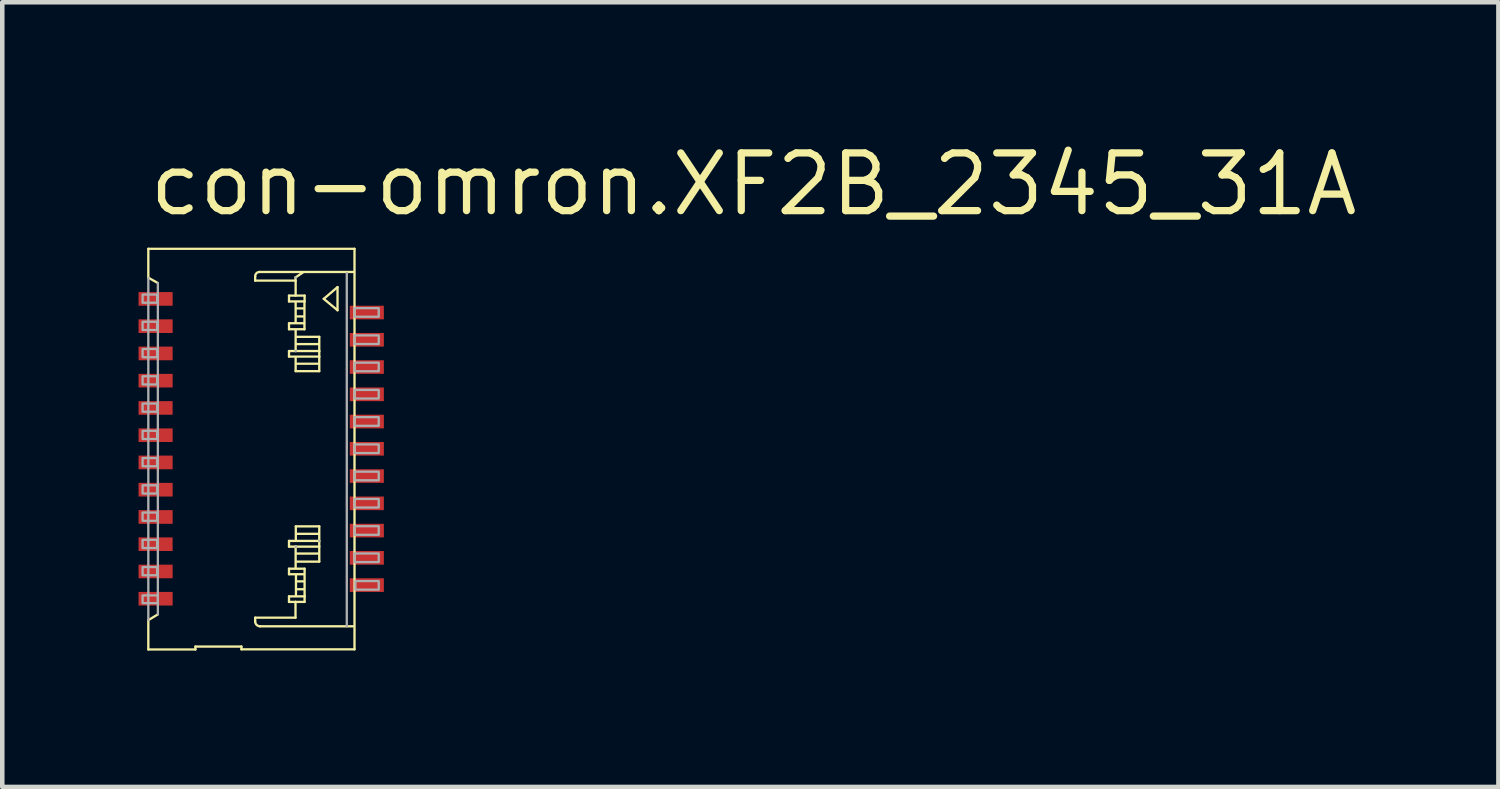
<source format=kicad_pcb>
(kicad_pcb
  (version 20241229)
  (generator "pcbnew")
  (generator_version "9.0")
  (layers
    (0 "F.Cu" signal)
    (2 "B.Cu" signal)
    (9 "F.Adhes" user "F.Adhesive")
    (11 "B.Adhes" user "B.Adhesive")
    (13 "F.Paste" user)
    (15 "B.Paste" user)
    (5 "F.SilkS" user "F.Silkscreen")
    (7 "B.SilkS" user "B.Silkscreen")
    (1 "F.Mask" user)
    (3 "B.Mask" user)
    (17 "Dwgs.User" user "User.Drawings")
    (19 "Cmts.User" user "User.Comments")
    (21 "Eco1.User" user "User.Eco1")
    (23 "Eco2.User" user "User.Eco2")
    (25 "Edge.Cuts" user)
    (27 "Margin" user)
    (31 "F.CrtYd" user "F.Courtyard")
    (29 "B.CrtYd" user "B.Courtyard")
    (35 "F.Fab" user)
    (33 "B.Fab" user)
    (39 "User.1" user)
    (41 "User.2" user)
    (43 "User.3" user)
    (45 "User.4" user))
  (footprint "con-omron.XF2B_2345_31A"
    (layer "F.Cu")
    (at 2.7 6.83)
    (property "Reference" "con-omron.XF2B_2345_31A" (at -2.54 -5.08 0) (layer "F.SilkS") (effects (font (size 1.27 1.27) (thickness 0.16)) (justify left bottom)))
    (attr smd)
    (fp_line (start -2.485 -4.403) (end -2.485 -3.767) (stroke (width 0.051) (type default)) (layer "F.SilkS"))
    (fp_line (start -2.485 -3.767) (end -2.275 -3.65) (stroke (width 0.051) (type default)) (layer "F.SilkS"))
    (fp_line (start -2.485 3.771) (end -2.485 4.417) (stroke (width 0.051) (type default)) (layer "F.SilkS"))
    (fp_line (start -2.485 4.417) (end -1.448 4.417) (stroke (width 0.051) (type default)) (layer "F.SilkS"))
    (fp_line (start -2.275 3.645) (end -2.485 3.771) (stroke (width 0.051) (type default)) (layer "F.SilkS"))
    (fp_line (start -1.448 4.353) (end -0.435 4.353) (stroke (width 0.051) (type default)) (layer "F.SilkS"))
    (fp_line (start -1.448 4.417) (end -1.448 4.353) (stroke (width 0.051) (type default)) (layer "F.SilkS"))
    (fp_line (start -0.435 4.353) (end -0.435 4.414) (stroke (width 0.051) (type default)) (layer "F.SilkS"))
    (fp_line (start -0.435 4.414) (end 2.054 4.414) (stroke (width 0.051) (type default)) (layer "F.SilkS"))
    (fp_line (start -0.133 -3.798) (end -0.133 -3.703) (stroke (width 0.051) (type default)) (layer "F.SilkS"))
    (fp_line (start -0.133 -3.703) (end 0.755 -3.703) (stroke (width 0.051) (type default)) (layer "F.SilkS"))
    (fp_line (start -0.133 3.717) (end 0.755 3.717) (stroke (width 0.051) (type default)) (layer "F.SilkS"))
    (fp_line (start -0.133 3.798) (end -0.133 3.717) (stroke (width 0.051) (type default)) (layer "F.SilkS"))
    (fp_line (start 0.612 -3.373) (end 0.738 -3.373) (stroke (width 0.051) (type default)) (layer "F.SilkS"))
    (fp_line (start 0.612 -3.244) (end 0.612 -3.373) (stroke (width 0.051) (type default)) (layer "F.SilkS"))
    (fp_line (start 0.612 -2.764) (end 0.945 -2.764) (stroke (width 0.051) (type default)) (layer "F.SilkS"))
    (fp_line (start 0.612 -2.632) (end 0.612 -2.764) (stroke (width 0.051) (type default)) (layer "F.SilkS"))
    (fp_line (start 0.612 -2.152) (end 0.612 -2.03) (stroke (width 0.051) (type default)) (layer "F.SilkS"))
    (fp_line (start 0.612 -2.152) (end 1.278 -2.152) (stroke (width 0.051) (type default)) (layer "F.SilkS"))
    (fp_line (start 0.612 -2.03) (end 1.278 -2.03) (stroke (width 0.051) (type default)) (layer "F.SilkS"))
    (fp_line (start 0.612 2.027) (end 1.278 2.027) (stroke (width 0.051) (type default)) (layer "F.SilkS"))
    (fp_line (start 0.612 2.153) (end 0.612 2.027) (stroke (width 0.051) (type default)) (layer "F.SilkS"))
    (fp_line (start 0.612 2.639) (end 0.612 2.761) (stroke (width 0.051) (type default)) (layer "F.SilkS"))
    (fp_line (start 0.612 2.761) (end 0.938 2.761) (stroke (width 0.051) (type default)) (layer "F.SilkS"))
    (fp_line (start 0.612 3.248) (end 0.955 3.248) (stroke (width 0.051) (type default)) (layer "F.SilkS"))
    (fp_line (start 0.612 3.37) (end 0.612 3.248) (stroke (width 0.051) (type default)) (layer "F.SilkS"))
    (fp_line (start 0.755 -3.703) (end 0.755 -3.774) (stroke (width 0.051) (type default)) (layer "F.SilkS"))
    (fp_line (start 0.755 3.37) (end 0.612 3.37) (stroke (width 0.051) (type default)) (layer "F.SilkS"))
    (fp_line (start 0.755 3.717) (end 0.755 3.37) (stroke (width 0.051) (type default)) (layer "F.SilkS"))
    (fp_line (start 0.758 -3.774) (end 0.918 -3.883) (stroke (width 0.051) (type default)) (layer "F.SilkS"))
    (fp_line (start 0.758 -3.696) (end 0.758 -3.373) (stroke (width 0.051) (type default)) (layer "F.SilkS"))
    (fp_line (start 0.758 -3.373) (end 0.955 -3.373) (stroke (width 0.051) (type default)) (layer "F.SilkS"))
    (fp_line (start 0.758 -3.216) (end 0.758 -2.774) (stroke (width 0.051) (type default)) (layer "F.SilkS"))
    (fp_line (start 0.758 -2.608) (end 0.758 -2.152) (stroke (width 0.051) (type default)) (layer "F.SilkS"))
    (fp_line (start 0.758 -1.71) (end 0.758 -2.006) (stroke (width 0.051) (type default)) (layer "F.SilkS"))
    (fp_line (start 0.758 2.153) (end 1.278 2.153) (stroke (width 0.051) (type default)) (layer "F.SilkS"))
    (fp_line (start 0.758 2.612) (end 0.758 2.153) (stroke (width 0.051) (type default)) (layer "F.SilkS"))
    (fp_line (start 0.762 1.707) (end 0.762 2.003) (stroke (width 0.051) (type default)) (layer "F.SilkS"))
    (fp_line (start 0.762 2.153) (end 0.612 2.153) (stroke (width 0.051) (type default)) (layer "F.SilkS"))
    (fp_line (start 0.765 2.789) (end 0.765 3.237) (stroke (width 0.051) (type default)) (layer "F.SilkS"))
    (fp_line (start 0.785 -3.091) (end 0.925 -3.091) (stroke (width 0.051) (type default)) (layer "F.SilkS"))
    (fp_line (start 0.785 -2.914) (end 0.928 -2.914) (stroke (width 0.051) (type default)) (layer "F.SilkS"))
    (fp_line (start 0.785 -2.305) (end 1.255 -2.305) (stroke (width 0.051) (type default)) (layer "F.SilkS"))
    (fp_line (start 0.785 -1.873) (end 1.251 -1.873) (stroke (width 0.051) (type default)) (layer "F.SilkS"))
    (fp_line (start 0.785 2.306) (end 1.251 2.306) (stroke (width 0.051) (type default)) (layer "F.SilkS"))
    (fp_line (start 0.789 1.871) (end 1.255 1.871) (stroke (width 0.051) (type default)) (layer "F.SilkS"))
    (fp_line (start 0.789 3.091) (end 0.932 3.091) (stroke (width 0.051) (type default)) (layer "F.SilkS"))
    (fp_line (start 0.792 2.918) (end 0.932 2.918) (stroke (width 0.051) (type default)) (layer "F.SilkS"))
    (fp_line (start 0.952 -3.216) (end 0.952 -2.632) (stroke (width 0.051) (type default)) (layer "F.SilkS"))
    (fp_line (start 0.952 -2.632) (end 0.612 -2.632) (stroke (width 0.051) (type default)) (layer "F.SilkS"))
    (fp_line (start 0.955 -3.373) (end 0.955 -3.244) (stroke (width 0.051) (type default)) (layer "F.SilkS"))
    (fp_line (start 0.955 -3.244) (end 0.612 -3.244) (stroke (width 0.051) (type default)) (layer "F.SilkS"))
    (fp_line (start 0.955 2.639) (end 0.612 2.639) (stroke (width 0.051) (type default)) (layer "F.SilkS"))
    (fp_line (start 0.955 3.248) (end 0.955 2.639) (stroke (width 0.051) (type default)) (layer "F.SilkS"))
    (fp_line (start 0.955 3.248) (end 0.955 3.37) (stroke (width 0.051) (type default)) (layer "F.SilkS"))
    (fp_line (start 0.955 3.37) (end 0.755 3.37) (stroke (width 0.051) (type default)) (layer "F.SilkS"))
    (fp_line (start 1.278 -2.465) (end 0.782 -2.465) (stroke (width 0.051) (type default)) (layer "F.SilkS"))
    (fp_line (start 1.278 -2.152) (end 1.278 -2.465) (stroke (width 0.051) (type default)) (layer "F.SilkS"))
    (fp_line (start 1.278 -2.03) (end 1.278 -2.149) (stroke (width 0.051) (type default)) (layer "F.SilkS"))
    (fp_line (start 1.278 -2.023) (end 1.278 -1.71) (stroke (width 0.051) (type default)) (layer "F.SilkS"))
    (fp_line (start 1.278 -1.71) (end 0.758 -1.71) (stroke (width 0.051) (type default)) (layer "F.SilkS"))
    (fp_line (start 1.278 1.707) (end 0.762 1.707) (stroke (width 0.051) (type default)) (layer "F.SilkS"))
    (fp_line (start 1.278 2.136) (end 1.278 1.707) (stroke (width 0.051) (type default)) (layer "F.SilkS"))
    (fp_line (start 1.278 2.153) (end 1.278 2.483) (stroke (width 0.051) (type default)) (layer "F.SilkS"))
    (fp_line (start 1.278 2.483) (end 0.785 2.483) (stroke (width 0.051) (type default)) (layer "F.SilkS"))
    (fp_line (start 1.377 -3.301) (end 1.68 -3.56) (stroke (width 0.051) (type default)) (layer "F.SilkS"))
    (fp_line (start 1.68 -3.56) (end 1.68 -3.05) (stroke (width 0.051) (type default)) (layer "F.SilkS"))
    (fp_line (start 1.68 -3.05) (end 1.377 -3.301) (stroke (width 0.051) (type default)) (layer "F.SilkS"))
    (fp_line (start 2.026 3.907) (end -0.024 3.907) (stroke (width 0.051) (type default)) (layer "F.SilkS"))
    (fp_line (start 2.03 -3.893) (end -0.037 -3.893) (stroke (width 0.051) (type default)) (layer "F.SilkS"))
    (fp_line (start 2.054 -4.403) (end -2.485 -4.403) (stroke (width 0.051) (type default)) (layer "F.SilkS"))
    (fp_line (start 2.054 4.414) (end 2.054 -4.403) (stroke (width 0.051) (type default)) (layer "F.SilkS"))
    (fp_arc (start -0.1326 -3.7978) (mid -0.104717 -3.865117) (end -0.0374 -3.893) (stroke (width 0.0508) (type default)) (layer "F.SilkS"))
    (fp_arc (start -0.0238 3.9072) (mid -0.100733 3.875333) (end -0.1326 3.7984) (stroke (width 0.0508) (type default)) (layer "F.SilkS"))
    (fp_line (start -2.485 -3.76) (end -2.485 3.771) (stroke (width 0.051) (type default)) (layer "F.Fab"))
    (fp_line (start -2.275 -3.65) (end -2.275 3.64) (stroke (width 0.051) (type default)) (layer "F.Fab"))
    (fp_line (start 0.755 -3.774) (end 0.758 -3.774) (stroke (width 0.051) (type default)) (layer "F.Fab"))
    (fp_line (start 0.758 -2.152) (end 0.762 -2.152) (stroke (width 0.051) (type default)) (layer "F.Fab"))
    (fp_line (start 0.762 2.16) (end 0.762 2.153) (stroke (width 0.051) (type default)) (layer "F.Fab"))
    (fp_line (start 1.278 2.027) (end 1.278 2.03) (stroke (width 0.051) (type default)) (layer "F.Fab"))
    (fp_line (start 1.884 3.907) (end 1.884 -3.871) (stroke (width 0.051) (type default)) (layer "F.Fab"))
    (fp_rect (start -2.611 -3.216) (end -2.292 -3.397) (stroke (width 0.05) (type default)) (fill no) (layer "F.Fab"))
    (fp_rect (start -2.611 -2.616) (end -2.292 -2.797) (stroke (width 0.05) (type default)) (fill no) (layer "F.Fab"))
    (fp_rect (start -2.611 -2.016) (end -2.292 -2.197) (stroke (width 0.05) (type default)) (fill no) (layer "F.Fab"))
    (fp_rect (start -2.611 -1.416) (end -2.292 -1.597) (stroke (width 0.05) (type default)) (fill no) (layer "F.Fab"))
    (fp_rect (start -2.611 -0.816) (end -2.292 -0.997) (stroke (width 0.05) (type default)) (fill no) (layer "F.Fab"))
    (fp_rect (start -2.611 -0.216) (end -2.292 -0.397) (stroke (width 0.05) (type default)) (fill no) (layer "F.Fab"))
    (fp_rect (start -2.611 0.384) (end -2.292 0.203) (stroke (width 0.05) (type default)) (fill no) (layer "F.Fab"))
    (fp_rect (start -2.611 0.984) (end -2.292 0.803) (stroke (width 0.05) (type default)) (fill no) (layer "F.Fab"))
    (fp_rect (start -2.611 1.584) (end -2.292 1.403) (stroke (width 0.05) (type default)) (fill no) (layer "F.Fab"))
    (fp_rect (start -2.611 2.184) (end -2.292 2.003) (stroke (width 0.05) (type default)) (fill no) (layer "F.Fab"))
    (fp_rect (start -2.611 2.784) (end -2.292 2.603) (stroke (width 0.05) (type default)) (fill no) (layer "F.Fab"))
    (fp_rect (start -2.611 3.397) (end -2.275 3.227) (stroke (width 0.05) (type default)) (fill no) (layer "F.Fab"))
    (fp_rect (start 2.054 -2.907) (end 2.587 -3.097) (stroke (width 0.05) (type default)) (fill no) (layer "F.Fab"))
    (fp_rect (start 2.054 -2.307) (end 2.587 -2.497) (stroke (width 0.05) (type default)) (fill no) (layer "F.Fab"))
    (fp_rect (start 2.054 -1.707) (end 2.587 -1.897) (stroke (width 0.05) (type default)) (fill no) (layer "F.Fab"))
    (fp_rect (start 2.054 -1.107) (end 2.587 -1.297) (stroke (width 0.05) (type default)) (fill no) (layer "F.Fab"))
    (fp_rect (start 2.054 -0.507) (end 2.587 -0.697) (stroke (width 0.05) (type default)) (fill no) (layer "F.Fab"))
    (fp_rect (start 2.054 0.093) (end 2.587 -0.097) (stroke (width 0.05) (type default)) (fill no) (layer "F.Fab"))
    (fp_rect (start 2.054 0.693) (end 2.587 0.503) (stroke (width 0.05) (type default)) (fill no) (layer "F.Fab"))
    (fp_rect (start 2.054 1.293) (end 2.587 1.103) (stroke (width 0.05) (type default)) (fill no) (layer "F.Fab"))
    (fp_rect (start 2.054 1.893) (end 2.587 1.703) (stroke (width 0.05) (type default)) (fill no) (layer "F.Fab"))
    (fp_rect (start 2.054 2.493) (end 2.587 2.303) (stroke (width 0.05) (type default)) (fill no) (layer "F.Fab"))
    (fp_rect (start 2.074 3.101) (end 2.587 2.911) (stroke (width 0.05) (type default)) (fill no) (layer "F.Fab"))
    (pad "1" smd roundrect (at -2.325 -3.3) (size 0.75 0.3) (layers "F.Cu" "F.Mask" "F.Paste") (roundrect_rratio 0.01))
    (pad "2" smd roundrect (at -2.325 -2.7) (size 0.75 0.3) (layers "F.Cu" "F.Mask" "F.Paste") (roundrect_rratio 0.01))
    (pad "3" smd roundrect (at -2.325 -2.1) (size 0.75 0.3) (layers "F.Cu" "F.Mask" "F.Paste") (roundrect_rratio 0.01))
    (pad "4" smd roundrect (at -2.325 -1.5) (size 0.75 0.3) (layers "F.Cu" "F.Mask" "F.Paste") (roundrect_rratio 0.01))
    (pad "5" smd roundrect (at -2.325 -0.9) (size 0.75 0.3) (layers "F.Cu" "F.Mask" "F.Paste") (roundrect_rratio 0.01))
    (pad "6" smd roundrect (at -2.325 -0.3) (size 0.75 0.3) (layers "F.Cu" "F.Mask" "F.Paste") (roundrect_rratio 0.01))
    (pad "7" smd roundrect (at -2.325 0.3) (size 0.75 0.3) (layers "F.Cu" "F.Mask" "F.Paste") (roundrect_rratio 0.01))
    (pad "8" smd roundrect (at -2.325 0.9) (size 0.75 0.3) (layers "F.Cu" "F.Mask" "F.Paste") (roundrect_rratio 0.01))
    (pad "9" smd roundrect (at -2.325 1.5) (size 0.75 0.3) (layers "F.Cu" "F.Mask" "F.Paste") (roundrect_rratio 0.01))
    (pad "10" smd roundrect (at -2.325 2.1) (size 0.75 0.3) (layers "F.Cu" "F.Mask" "F.Paste") (roundrect_rratio 0.01))
    (pad "11" smd roundrect (at -2.325 2.7) (size 0.75 0.3) (layers "F.Cu" "F.Mask" "F.Paste") (roundrect_rratio 0.01))
    (pad "12" smd roundrect (at -2.325 3.3) (size 0.75 0.3) (layers "F.Cu" "F.Mask" "F.Paste") (roundrect_rratio 0.01))
    (pad "13" smd roundrect (at 2.325 -3) (size 0.75 0.3) (layers "F.Cu" "F.Mask" "F.Paste") (roundrect_rratio 0.01))
    (pad "14" smd roundrect (at 2.325 -2.4) (size 0.75 0.3) (layers "F.Cu" "F.Mask" "F.Paste") (roundrect_rratio 0.01))
    (pad "15" smd roundrect (at 2.325 -1.8) (size 0.75 0.3) (layers "F.Cu" "F.Mask" "F.Paste") (roundrect_rratio 0.01))
    (pad "16" smd roundrect (at 2.325 -1.2) (size 0.75 0.3) (layers "F.Cu" "F.Mask" "F.Paste") (roundrect_rratio 0.01))
    (pad "17" smd roundrect (at 2.325 -0.6) (size 0.75 0.3) (layers "F.Cu" "F.Mask" "F.Paste") (roundrect_rratio 0.01))
    (pad "18" smd roundrect (at 2.325 0) (size 0.75 0.3) (layers "F.Cu" "F.Mask" "F.Paste") (roundrect_rratio 0.01))
    (pad "19" smd roundrect (at 2.325 0.6) (size 0.75 0.3) (layers "F.Cu" "F.Mask" "F.Paste") (roundrect_rratio 0.01))
    (pad "20" smd roundrect (at 2.325 1.2) (size 0.75 0.3) (layers "F.Cu" "F.Mask" "F.Paste") (roundrect_rratio 0.01))
    (pad "21" smd roundrect (at 2.325 1.8) (size 0.75 0.3) (layers "F.Cu" "F.Mask" "F.Paste") (roundrect_rratio 0.01))
    (pad "22" smd roundrect (at 2.325 2.4) (size 0.75 0.3) (layers "F.Cu" "F.Mask" "F.Paste") (roundrect_rratio 0.01))
    (pad "23" smd roundrect (at 2.325 3) (size 0.75 0.3) (layers "F.Cu" "F.Mask" "F.Paste") (roundrect_rratio 0.01)))
  (gr_rect
    (start -3 -3)
    (end 29.935 14.273)
    (stroke (width 0.1) (type default))
    (fill no)
    (layer "Edge.Cuts")))
</source>
